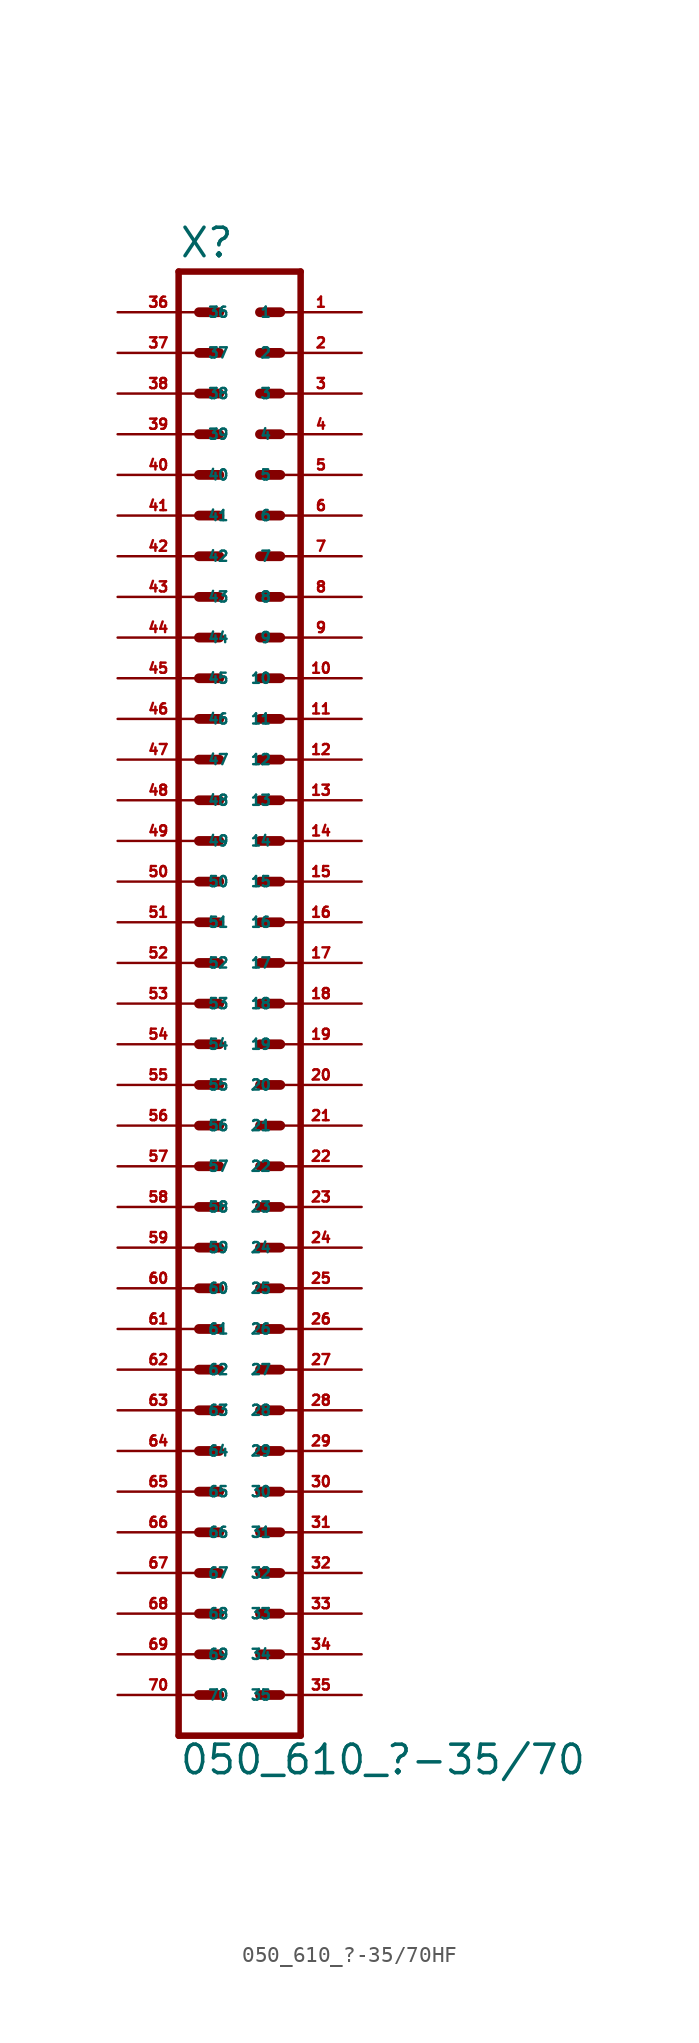
<source format=kicad_sym>
(kicad_symbol_lib
  (version 20220914)
  (generator Eagle2Kicad)
  (symbol "050_610_?-35/70HF"
    (property "Reference" "X"
      (at -3.81 43.942 0)
      (effects (font (size 1.778 1.778) (thickness 0.22)) (justify left bottom)))
    (property "Value" "050_610_?-35/70"
      (at -3.81 -50.8 0)
      (effects (font (size 1.778 1.778) (thickness 0.22)) (justify left bottom)))
    (polyline
      (pts (xy 3.81 -48.26) (xy -3.81 -48.26))
      (stroke (width 0.406) (type default))
      (fill (type none)))
    (polyline
      (pts (xy -3.81 43.18) (xy -3.81 -48.26))
      (stroke (width 0.406) (type default))
      (fill (type none)))
    (polyline
      (pts (xy 3.81 -48.26) (xy 3.81 43.18))
      (stroke (width 0.406) (type default))
      (fill (type none)))
    (polyline
      (pts (xy -3.81 43.18) (xy 3.81 43.18))
      (stroke (width 0.406) (type default))
      (fill (type none)))
    (polyline
      (pts (xy 1.27 40.64) (xy 2.54 40.64))
      (stroke (width 0.61) (type default))
      (fill (type none)))
    (polyline
      (pts (xy 1.27 38.1) (xy 2.54 38.1))
      (stroke (width 0.61) (type default))
      (fill (type none)))
    (polyline
      (pts (xy 1.27 35.56) (xy 2.54 35.56))
      (stroke (width 0.61) (type default))
      (fill (type none)))
    (polyline
      (pts (xy 1.27 33.02) (xy 2.54 33.02))
      (stroke (width 0.61) (type default))
      (fill (type none)))
    (polyline
      (pts (xy 1.27 30.48) (xy 2.54 30.48))
      (stroke (width 0.61) (type default))
      (fill (type none)))
    (polyline
      (pts (xy 1.27 27.94) (xy 2.54 27.94))
      (stroke (width 0.61) (type default))
      (fill (type none)))
    (polyline
      (pts (xy 1.27 25.4) (xy 2.54 25.4))
      (stroke (width 0.61) (type default))
      (fill (type none)))
    (polyline
      (pts (xy 1.27 22.86) (xy 2.54 22.86))
      (stroke (width 0.61) (type default))
      (fill (type none)))
    (polyline
      (pts (xy 1.27 20.32) (xy 2.54 20.32))
      (stroke (width 0.61) (type default))
      (fill (type none)))
    (polyline
      (pts (xy 1.27 17.78) (xy 2.54 17.78))
      (stroke (width 0.61) (type default))
      (fill (type none)))
    (polyline
      (pts (xy 1.27 15.24) (xy 2.54 15.24))
      (stroke (width 0.61) (type default))
      (fill (type none)))
    (polyline
      (pts (xy 1.27 12.7) (xy 2.54 12.7))
      (stroke (width 0.61) (type default))
      (fill (type none)))
    (polyline
      (pts (xy 1.27 10.16) (xy 2.54 10.16))
      (stroke (width 0.61) (type default))
      (fill (type none)))
    (polyline
      (pts (xy 1.27 7.62) (xy 2.54 7.62))
      (stroke (width 0.61) (type default))
      (fill (type none)))
    (polyline
      (pts (xy 1.27 5.08) (xy 2.54 5.08))
      (stroke (width 0.61) (type default))
      (fill (type none)))
    (polyline
      (pts (xy 1.27 2.54) (xy 2.54 2.54))
      (stroke (width 0.61) (type default))
      (fill (type none)))
    (polyline
      (pts (xy 1.27 0) (xy 2.54 0))
      (stroke (width 0.61) (type default))
      (fill (type none)))
    (polyline
      (pts (xy 1.27 -2.54) (xy 2.54 -2.54))
      (stroke (width 0.61) (type default))
      (fill (type none)))
    (polyline
      (pts (xy 1.27 -5.08) (xy 2.54 -5.08))
      (stroke (width 0.61) (type default))
      (fill (type none)))
    (polyline
      (pts (xy 1.27 -7.62) (xy 2.54 -7.62))
      (stroke (width 0.61) (type default))
      (fill (type none)))
    (polyline
      (pts (xy 1.27 -10.16) (xy 2.54 -10.16))
      (stroke (width 0.61) (type default))
      (fill (type none)))
    (polyline
      (pts (xy 1.27 -12.7) (xy 2.54 -12.7))
      (stroke (width 0.61) (type default))
      (fill (type none)))
    (polyline
      (pts (xy 1.27 -15.24) (xy 2.54 -15.24))
      (stroke (width 0.61) (type default))
      (fill (type none)))
    (polyline
      (pts (xy 1.27 -17.78) (xy 2.54 -17.78))
      (stroke (width 0.61) (type default))
      (fill (type none)))
    (polyline
      (pts (xy 1.27 -20.32) (xy 2.54 -20.32))
      (stroke (width 0.61) (type default))
      (fill (type none)))
    (polyline
      (pts (xy 1.27 -22.86) (xy 2.54 -22.86))
      (stroke (width 0.61) (type default))
      (fill (type none)))
    (polyline
      (pts (xy 1.27 -25.4) (xy 2.54 -25.4))
      (stroke (width 0.61) (type default))
      (fill (type none)))
    (polyline
      (pts (xy 1.27 -27.94) (xy 2.54 -27.94))
      (stroke (width 0.61) (type default))
      (fill (type none)))
    (polyline
      (pts (xy 1.27 -30.48) (xy 2.54 -30.48))
      (stroke (width 0.61) (type default))
      (fill (type none)))
    (polyline
      (pts (xy 1.27 -33.02) (xy 2.54 -33.02))
      (stroke (width 0.61) (type default))
      (fill (type none)))
    (polyline
      (pts (xy 1.27 -35.56) (xy 2.54 -35.56))
      (stroke (width 0.61) (type default))
      (fill (type none)))
    (polyline
      (pts (xy 1.27 -38.1) (xy 2.54 -38.1))
      (stroke (width 0.61) (type default))
      (fill (type none)))
    (polyline
      (pts (xy 1.27 -40.64) (xy 2.54 -40.64))
      (stroke (width 0.61) (type default))
      (fill (type none)))
    (polyline
      (pts (xy 1.27 -43.18) (xy 2.54 -43.18))
      (stroke (width 0.61) (type default))
      (fill (type none)))
    (polyline
      (pts (xy 1.27 -45.72) (xy 2.54 -45.72))
      (stroke (width 0.61) (type default))
      (fill (type none)))
    (polyline
      (pts (xy -1.27 40.64) (xy -2.54 40.64))
      (stroke (width 0.61) (type default))
      (fill (type none)))
    (polyline
      (pts (xy -1.27 38.1) (xy -2.54 38.1))
      (stroke (width 0.61) (type default))
      (fill (type none)))
    (polyline
      (pts (xy -1.27 35.56) (xy -2.54 35.56))
      (stroke (width 0.61) (type default))
      (fill (type none)))
    (polyline
      (pts (xy -1.27 33.02) (xy -2.54 33.02))
      (stroke (width 0.61) (type default))
      (fill (type none)))
    (polyline
      (pts (xy -1.27 30.48) (xy -2.54 30.48))
      (stroke (width 0.61) (type default))
      (fill (type none)))
    (polyline
      (pts (xy -1.27 27.94) (xy -2.54 27.94))
      (stroke (width 0.61) (type default))
      (fill (type none)))
    (polyline
      (pts (xy -1.27 25.4) (xy -2.54 25.4))
      (stroke (width 0.61) (type default))
      (fill (type none)))
    (polyline
      (pts (xy -1.27 22.86) (xy -2.54 22.86))
      (stroke (width 0.61) (type default))
      (fill (type none)))
    (polyline
      (pts (xy -1.27 20.32) (xy -2.54 20.32))
      (stroke (width 0.61) (type default))
      (fill (type none)))
    (polyline
      (pts (xy -1.27 17.78) (xy -2.54 17.78))
      (stroke (width 0.61) (type default))
      (fill (type none)))
    (polyline
      (pts (xy -1.27 15.24) (xy -2.54 15.24))
      (stroke (width 0.61) (type default))
      (fill (type none)))
    (polyline
      (pts (xy -1.27 12.7) (xy -2.54 12.7))
      (stroke (width 0.61) (type default))
      (fill (type none)))
    (polyline
      (pts (xy -1.27 10.16) (xy -2.54 10.16))
      (stroke (width 0.61) (type default))
      (fill (type none)))
    (polyline
      (pts (xy -1.27 7.62) (xy -2.54 7.62))
      (stroke (width 0.61) (type default))
      (fill (type none)))
    (polyline
      (pts (xy -1.27 5.08) (xy -2.54 5.08))
      (stroke (width 0.61) (type default))
      (fill (type none)))
    (polyline
      (pts (xy -1.27 2.54) (xy -2.54 2.54))
      (stroke (width 0.61) (type default))
      (fill (type none)))
    (polyline
      (pts (xy -1.27 0) (xy -2.54 0))
      (stroke (width 0.61) (type default))
      (fill (type none)))
    (polyline
      (pts (xy -1.27 -2.54) (xy -2.54 -2.54))
      (stroke (width 0.61) (type default))
      (fill (type none)))
    (polyline
      (pts (xy -1.27 -5.08) (xy -2.54 -5.08))
      (stroke (width 0.61) (type default))
      (fill (type none)))
    (polyline
      (pts (xy -1.27 -7.62) (xy -2.54 -7.62))
      (stroke (width 0.61) (type default))
      (fill (type none)))
    (polyline
      (pts (xy -1.27 -10.16) (xy -2.54 -10.16))
      (stroke (width 0.61) (type default))
      (fill (type none)))
    (polyline
      (pts (xy -1.27 -12.7) (xy -2.54 -12.7))
      (stroke (width 0.61) (type default))
      (fill (type none)))
    (polyline
      (pts (xy -1.27 -15.24) (xy -2.54 -15.24))
      (stroke (width 0.61) (type default))
      (fill (type none)))
    (polyline
      (pts (xy -1.27 -17.78) (xy -2.54 -17.78))
      (stroke (width 0.61) (type default))
      (fill (type none)))
    (polyline
      (pts (xy -1.27 -20.32) (xy -2.54 -20.32))
      (stroke (width 0.61) (type default))
      (fill (type none)))
    (polyline
      (pts (xy -1.27 -22.86) (xy -2.54 -22.86))
      (stroke (width 0.61) (type default))
      (fill (type none)))
    (polyline
      (pts (xy -1.27 -25.4) (xy -2.54 -25.4))
      (stroke (width 0.61) (type default))
      (fill (type none)))
    (polyline
      (pts (xy -1.27 -27.94) (xy -2.54 -27.94))
      (stroke (width 0.61) (type default))
      (fill (type none)))
    (polyline
      (pts (xy -1.27 -30.48) (xy -2.54 -30.48))
      (stroke (width 0.61) (type default))
      (fill (type none)))
    (polyline
      (pts (xy -1.27 -33.02) (xy -2.54 -33.02))
      (stroke (width 0.61) (type default))
      (fill (type none)))
    (polyline
      (pts (xy -1.27 -35.56) (xy -2.54 -35.56))
      (stroke (width 0.61) (type default))
      (fill (type none)))
    (polyline
      (pts (xy -1.27 -38.1) (xy -2.54 -38.1))
      (stroke (width 0.61) (type default))
      (fill (type none)))
    (polyline
      (pts (xy -1.27 -40.64) (xy -2.54 -40.64))
      (stroke (width 0.61) (type default))
      (fill (type none)))
    (polyline
      (pts (xy -1.27 -43.18) (xy -2.54 -43.18))
      (stroke (width 0.61) (type default))
      (fill (type none)))
    (polyline
      (pts (xy -1.27 -45.72) (xy -2.54 -45.72))
      (stroke (width 0.61) (type default))
      (fill (type none)))
    (pin passive line
      (at 7.62 40.64 180)
      (length 5.08)
      (name "1" (effects (font (size 0.635 0.635) (thickness 0.08)) (justify left bottom)))
      (number "1" (effects (font (size 0.635 0.635) (thickness 0.08)) (justify left bottom))))
    (pin passive line
      (at 7.62 38.1 180)
      (length 5.08)
      (name "2" (effects (font (size 0.635 0.635) (thickness 0.08)) (justify left bottom)))
      (number "2" (effects (font (size 0.635 0.635) (thickness 0.08)) (justify left bottom))))
    (pin passive line
      (at 7.62 35.56 180)
      (length 5.08)
      (name "3" (effects (font (size 0.635 0.635) (thickness 0.08)) (justify left bottom)))
      (number "3" (effects (font (size 0.635 0.635) (thickness 0.08)) (justify left bottom))))
    (pin passive line
      (at 7.62 33.02 180)
      (length 5.08)
      (name "4" (effects (font (size 0.635 0.635) (thickness 0.08)) (justify left bottom)))
      (number "4" (effects (font (size 0.635 0.635) (thickness 0.08)) (justify left bottom))))
    (pin passive line
      (at 7.62 30.48 180)
      (length 5.08)
      (name "5" (effects (font (size 0.635 0.635) (thickness 0.08)) (justify left bottom)))
      (number "5" (effects (font (size 0.635 0.635) (thickness 0.08)) (justify left bottom))))
    (pin passive line
      (at 7.62 27.94 180)
      (length 5.08)
      (name "6" (effects (font (size 0.635 0.635) (thickness 0.08)) (justify left bottom)))
      (number "6" (effects (font (size 0.635 0.635) (thickness 0.08)) (justify left bottom))))
    (pin passive line
      (at 7.62 25.4 180)
      (length 5.08)
      (name "7" (effects (font (size 0.635 0.635) (thickness 0.08)) (justify left bottom)))
      (number "7" (effects (font (size 0.635 0.635) (thickness 0.08)) (justify left bottom))))
    (pin passive line
      (at 7.62 22.86 180)
      (length 5.08)
      (name "8" (effects (font (size 0.635 0.635) (thickness 0.08)) (justify left bottom)))
      (number "8" (effects (font (size 0.635 0.635) (thickness 0.08)) (justify left bottom))))
    (pin passive line
      (at 7.62 20.32 180)
      (length 5.08)
      (name "9" (effects (font (size 0.635 0.635) (thickness 0.08)) (justify left bottom)))
      (number "9" (effects (font (size 0.635 0.635) (thickness 0.08)) (justify left bottom))))
    (pin passive line
      (at 7.62 17.78 180)
      (length 5.08)
      (name "10" (effects (font (size 0.635 0.635) (thickness 0.08)) (justify left bottom)))
      (number "10" (effects (font (size 0.635 0.635) (thickness 0.08)) (justify left bottom))))
    (pin passive line
      (at 7.62 15.24 180)
      (length 5.08)
      (name "11" (effects (font (size 0.635 0.635) (thickness 0.08)) (justify left bottom)))
      (number "11" (effects (font (size 0.635 0.635) (thickness 0.08)) (justify left bottom))))
    (pin passive line
      (at 7.62 12.7 180)
      (length 5.08)
      (name "12" (effects (font (size 0.635 0.635) (thickness 0.08)) (justify left bottom)))
      (number "12" (effects (font (size 0.635 0.635) (thickness 0.08)) (justify left bottom))))
    (pin passive line
      (at 7.62 10.16 180)
      (length 5.08)
      (name "13" (effects (font (size 0.635 0.635) (thickness 0.08)) (justify left bottom)))
      (number "13" (effects (font (size 0.635 0.635) (thickness 0.08)) (justify left bottom))))
    (pin passive line
      (at 7.62 7.62 180)
      (length 5.08)
      (name "14" (effects (font (size 0.635 0.635) (thickness 0.08)) (justify left bottom)))
      (number "14" (effects (font (size 0.635 0.635) (thickness 0.08)) (justify left bottom))))
    (pin passive line
      (at 7.62 5.08 180)
      (length 5.08)
      (name "15" (effects (font (size 0.635 0.635) (thickness 0.08)) (justify left bottom)))
      (number "15" (effects (font (size 0.635 0.635) (thickness 0.08)) (justify left bottom))))
    (pin passive line
      (at 7.62 2.54 180)
      (length 5.08)
      (name "16" (effects (font (size 0.635 0.635) (thickness 0.08)) (justify left bottom)))
      (number "16" (effects (font (size 0.635 0.635) (thickness 0.08)) (justify left bottom))))
    (pin passive line
      (at 7.62 0 180)
      (length 5.08)
      (name "17" (effects (font (size 0.635 0.635) (thickness 0.08)) (justify left bottom)))
      (number "17" (effects (font (size 0.635 0.635) (thickness 0.08)) (justify left bottom))))
    (pin passive line
      (at 7.62 -2.54 180)
      (length 5.08)
      (name "18" (effects (font (size 0.635 0.635) (thickness 0.08)) (justify left bottom)))
      (number "18" (effects (font (size 0.635 0.635) (thickness 0.08)) (justify left bottom))))
    (pin passive line
      (at 7.62 -5.08 180)
      (length 5.08)
      (name "19" (effects (font (size 0.635 0.635) (thickness 0.08)) (justify left bottom)))
      (number "19" (effects (font (size 0.635 0.635) (thickness 0.08)) (justify left bottom))))
    (pin passive line
      (at 7.62 -7.62 180)
      (length 5.08)
      (name "20" (effects (font (size 0.635 0.635) (thickness 0.08)) (justify left bottom)))
      (number "20" (effects (font (size 0.635 0.635) (thickness 0.08)) (justify left bottom))))
    (pin passive line
      (at 7.62 -10.16 180)
      (length 5.08)
      (name "21" (effects (font (size 0.635 0.635) (thickness 0.08)) (justify left bottom)))
      (number "21" (effects (font (size 0.635 0.635) (thickness 0.08)) (justify left bottom))))
    (pin passive line
      (at 7.62 -12.7 180)
      (length 5.08)
      (name "22" (effects (font (size 0.635 0.635) (thickness 0.08)) (justify left bottom)))
      (number "22" (effects (font (size 0.635 0.635) (thickness 0.08)) (justify left bottom))))
    (pin passive line
      (at 7.62 -15.24 180)
      (length 5.08)
      (name "23" (effects (font (size 0.635 0.635) (thickness 0.08)) (justify left bottom)))
      (number "23" (effects (font (size 0.635 0.635) (thickness 0.08)) (justify left bottom))))
    (pin passive line
      (at 7.62 -17.78 180)
      (length 5.08)
      (name "24" (effects (font (size 0.635 0.635) (thickness 0.08)) (justify left bottom)))
      (number "24" (effects (font (size 0.635 0.635) (thickness 0.08)) (justify left bottom))))
    (pin passive line
      (at 7.62 -20.32 180)
      (length 5.08)
      (name "25" (effects (font (size 0.635 0.635) (thickness 0.08)) (justify left bottom)))
      (number "25" (effects (font (size 0.635 0.635) (thickness 0.08)) (justify left bottom))))
    (pin passive line
      (at 7.62 -22.86 180)
      (length 5.08)
      (name "26" (effects (font (size 0.635 0.635) (thickness 0.08)) (justify left bottom)))
      (number "26" (effects (font (size 0.635 0.635) (thickness 0.08)) (justify left bottom))))
    (pin passive line
      (at 7.62 -25.4 180)
      (length 5.08)
      (name "27" (effects (font (size 0.635 0.635) (thickness 0.08)) (justify left bottom)))
      (number "27" (effects (font (size 0.635 0.635) (thickness 0.08)) (justify left bottom))))
    (pin passive line
      (at 7.62 -27.94 180)
      (length 5.08)
      (name "28" (effects (font (size 0.635 0.635) (thickness 0.08)) (justify left bottom)))
      (number "28" (effects (font (size 0.635 0.635) (thickness 0.08)) (justify left bottom))))
    (pin passive line
      (at 7.62 -30.48 180)
      (length 5.08)
      (name "29" (effects (font (size 0.635 0.635) (thickness 0.08)) (justify left bottom)))
      (number "29" (effects (font (size 0.635 0.635) (thickness 0.08)) (justify left bottom))))
    (pin passive line
      (at 7.62 -33.02 180)
      (length 5.08)
      (name "30" (effects (font (size 0.635 0.635) (thickness 0.08)) (justify left bottom)))
      (number "30" (effects (font (size 0.635 0.635) (thickness 0.08)) (justify left bottom))))
    (pin passive line
      (at 7.62 -35.56 180)
      (length 5.08)
      (name "31" (effects (font (size 0.635 0.635) (thickness 0.08)) (justify left bottom)))
      (number "31" (effects (font (size 0.635 0.635) (thickness 0.08)) (justify left bottom))))
    (pin passive line
      (at 7.62 -38.1 180)
      (length 5.08)
      (name "32" (effects (font (size 0.635 0.635) (thickness 0.08)) (justify left bottom)))
      (number "32" (effects (font (size 0.635 0.635) (thickness 0.08)) (justify left bottom))))
    (pin passive line
      (at 7.62 -40.64 180)
      (length 5.08)
      (name "33" (effects (font (size 0.635 0.635) (thickness 0.08)) (justify left bottom)))
      (number "33" (effects (font (size 0.635 0.635) (thickness 0.08)) (justify left bottom))))
    (pin passive line
      (at 7.62 -43.18 180)
      (length 5.08)
      (name "34" (effects (font (size 0.635 0.635) (thickness 0.08)) (justify left bottom)))
      (number "34" (effects (font (size 0.635 0.635) (thickness 0.08)) (justify left bottom))))
    (pin passive line
      (at 7.62 -45.72 180)
      (length 5.08)
      (name "35" (effects (font (size 0.635 0.635) (thickness 0.08)) (justify left bottom)))
      (number "35" (effects (font (size 0.635 0.635) (thickness 0.08)) (justify left bottom))))
    (pin passive line
      (at -7.62 40.64 0)
      (length 5.08)
      (name "36" (effects (font (size 0.635 0.635) (thickness 0.08)) (justify left bottom)))
      (number "36" (effects (font (size 0.635 0.635) (thickness 0.08)) (justify left bottom))))
    (pin passive line
      (at -7.62 38.1 0)
      (length 5.08)
      (name "37" (effects (font (size 0.635 0.635) (thickness 0.08)) (justify left bottom)))
      (number "37" (effects (font (size 0.635 0.635) (thickness 0.08)) (justify left bottom))))
    (pin passive line
      (at -7.62 35.56 0)
      (length 5.08)
      (name "38" (effects (font (size 0.635 0.635) (thickness 0.08)) (justify left bottom)))
      (number "38" (effects (font (size 0.635 0.635) (thickness 0.08)) (justify left bottom))))
    (pin passive line
      (at -7.62 33.02 0)
      (length 5.08)
      (name "39" (effects (font (size 0.635 0.635) (thickness 0.08)) (justify left bottom)))
      (number "39" (effects (font (size 0.635 0.635) (thickness 0.08)) (justify left bottom))))
    (pin passive line
      (at -7.62 30.48 0)
      (length 5.08)
      (name "40" (effects (font (size 0.635 0.635) (thickness 0.08)) (justify left bottom)))
      (number "40" (effects (font (size 0.635 0.635) (thickness 0.08)) (justify left bottom))))
    (pin passive line
      (at -7.62 27.94 0)
      (length 5.08)
      (name "41" (effects (font (size 0.635 0.635) (thickness 0.08)) (justify left bottom)))
      (number "41" (effects (font (size 0.635 0.635) (thickness 0.08)) (justify left bottom))))
    (pin passive line
      (at -7.62 25.4 0)
      (length 5.08)
      (name "42" (effects (font (size 0.635 0.635) (thickness 0.08)) (justify left bottom)))
      (number "42" (effects (font (size 0.635 0.635) (thickness 0.08)) (justify left bottom))))
    (pin passive line
      (at -7.62 22.86 0)
      (length 5.08)
      (name "43" (effects (font (size 0.635 0.635) (thickness 0.08)) (justify left bottom)))
      (number "43" (effects (font (size 0.635 0.635) (thickness 0.08)) (justify left bottom))))
    (pin passive line
      (at -7.62 20.32 0)
      (length 5.08)
      (name "44" (effects (font (size 0.635 0.635) (thickness 0.08)) (justify left bottom)))
      (number "44" (effects (font (size 0.635 0.635) (thickness 0.08)) (justify left bottom))))
    (pin passive line
      (at -7.62 17.78 0)
      (length 5.08)
      (name "45" (effects (font (size 0.635 0.635) (thickness 0.08)) (justify left bottom)))
      (number "45" (effects (font (size 0.635 0.635) (thickness 0.08)) (justify left bottom))))
    (pin passive line
      (at -7.62 15.24 0)
      (length 5.08)
      (name "46" (effects (font (size 0.635 0.635) (thickness 0.08)) (justify left bottom)))
      (number "46" (effects (font (size 0.635 0.635) (thickness 0.08)) (justify left bottom))))
    (pin passive line
      (at -7.62 12.7 0)
      (length 5.08)
      (name "47" (effects (font (size 0.635 0.635) (thickness 0.08)) (justify left bottom)))
      (number "47" (effects (font (size 0.635 0.635) (thickness 0.08)) (justify left bottom))))
    (pin passive line
      (at -7.62 10.16 0)
      (length 5.08)
      (name "48" (effects (font (size 0.635 0.635) (thickness 0.08)) (justify left bottom)))
      (number "48" (effects (font (size 0.635 0.635) (thickness 0.08)) (justify left bottom))))
    (pin passive line
      (at -7.62 7.62 0)
      (length 5.08)
      (name "49" (effects (font (size 0.635 0.635) (thickness 0.08)) (justify left bottom)))
      (number "49" (effects (font (size 0.635 0.635) (thickness 0.08)) (justify left bottom))))
    (pin passive line
      (at -7.62 5.08 0)
      (length 5.08)
      (name "50" (effects (font (size 0.635 0.635) (thickness 0.08)) (justify left bottom)))
      (number "50" (effects (font (size 0.635 0.635) (thickness 0.08)) (justify left bottom))))
    (pin passive line
      (at -7.62 2.54 0)
      (length 5.08)
      (name "51" (effects (font (size 0.635 0.635) (thickness 0.08)) (justify left bottom)))
      (number "51" (effects (font (size 0.635 0.635) (thickness 0.08)) (justify left bottom))))
    (pin passive line
      (at -7.62 0 0)
      (length 5.08)
      (name "52" (effects (font (size 0.635 0.635) (thickness 0.08)) (justify left bottom)))
      (number "52" (effects (font (size 0.635 0.635) (thickness 0.08)) (justify left bottom))))
    (pin passive line
      (at -7.62 -2.54 0)
      (length 5.08)
      (name "53" (effects (font (size 0.635 0.635) (thickness 0.08)) (justify left bottom)))
      (number "53" (effects (font (size 0.635 0.635) (thickness 0.08)) (justify left bottom))))
    (pin passive line
      (at -7.62 -5.08 0)
      (length 5.08)
      (name "54" (effects (font (size 0.635 0.635) (thickness 0.08)) (justify left bottom)))
      (number "54" (effects (font (size 0.635 0.635) (thickness 0.08)) (justify left bottom))))
    (pin passive line
      (at -7.62 -7.62 0)
      (length 5.08)
      (name "55" (effects (font (size 0.635 0.635) (thickness 0.08)) (justify left bottom)))
      (number "55" (effects (font (size 0.635 0.635) (thickness 0.08)) (justify left bottom))))
    (pin passive line
      (at -7.62 -10.16 0)
      (length 5.08)
      (name "56" (effects (font (size 0.635 0.635) (thickness 0.08)) (justify left bottom)))
      (number "56" (effects (font (size 0.635 0.635) (thickness 0.08)) (justify left bottom))))
    (pin passive line
      (at -7.62 -12.7 0)
      (length 5.08)
      (name "57" (effects (font (size 0.635 0.635) (thickness 0.08)) (justify left bottom)))
      (number "57" (effects (font (size 0.635 0.635) (thickness 0.08)) (justify left bottom))))
    (pin passive line
      (at -7.62 -15.24 0)
      (length 5.08)
      (name "58" (effects (font (size 0.635 0.635) (thickness 0.08)) (justify left bottom)))
      (number "58" (effects (font (size 0.635 0.635) (thickness 0.08)) (justify left bottom))))
    (pin passive line
      (at -7.62 -17.78 0)
      (length 5.08)
      (name "59" (effects (font (size 0.635 0.635) (thickness 0.08)) (justify left bottom)))
      (number "59" (effects (font (size 0.635 0.635) (thickness 0.08)) (justify left bottom))))
    (pin passive line
      (at -7.62 -20.32 0)
      (length 5.08)
      (name "60" (effects (font (size 0.635 0.635) (thickness 0.08)) (justify left bottom)))
      (number "60" (effects (font (size 0.635 0.635) (thickness 0.08)) (justify left bottom))))
    (pin passive line
      (at -7.62 -22.86 0)
      (length 5.08)
      (name "61" (effects (font (size 0.635 0.635) (thickness 0.08)) (justify left bottom)))
      (number "61" (effects (font (size 0.635 0.635) (thickness 0.08)) (justify left bottom))))
    (pin passive line
      (at -7.62 -25.4 0)
      (length 5.08)
      (name "62" (effects (font (size 0.635 0.635) (thickness 0.08)) (justify left bottom)))
      (number "62" (effects (font (size 0.635 0.635) (thickness 0.08)) (justify left bottom))))
    (pin passive line
      (at -7.62 -27.94 0)
      (length 5.08)
      (name "63" (effects (font (size 0.635 0.635) (thickness 0.08)) (justify left bottom)))
      (number "63" (effects (font (size 0.635 0.635) (thickness 0.08)) (justify left bottom))))
    (pin passive line
      (at -7.62 -30.48 0)
      (length 5.08)
      (name "64" (effects (font (size 0.635 0.635) (thickness 0.08)) (justify left bottom)))
      (number "64" (effects (font (size 0.635 0.635) (thickness 0.08)) (justify left bottom))))
    (pin passive line
      (at -7.62 -33.02 0)
      (length 5.08)
      (name "65" (effects (font (size 0.635 0.635) (thickness 0.08)) (justify left bottom)))
      (number "65" (effects (font (size 0.635 0.635) (thickness 0.08)) (justify left bottom))))
    (pin passive line
      (at -7.62 -35.56 0)
      (length 5.08)
      (name "66" (effects (font (size 0.635 0.635) (thickness 0.08)) (justify left bottom)))
      (number "66" (effects (font (size 0.635 0.635) (thickness 0.08)) (justify left bottom))))
    (pin passive line
      (at -7.62 -38.1 0)
      (length 5.08)
      (name "67" (effects (font (size 0.635 0.635) (thickness 0.08)) (justify left bottom)))
      (number "67" (effects (font (size 0.635 0.635) (thickness 0.08)) (justify left bottom))))
    (pin passive line
      (at -7.62 -40.64 0)
      (length 5.08)
      (name "68" (effects (font (size 0.635 0.635) (thickness 0.08)) (justify left bottom)))
      (number "68" (effects (font (size 0.635 0.635) (thickness 0.08)) (justify left bottom))))
    (pin passive line
      (at -7.62 -43.18 0)
      (length 5.08)
      (name "69" (effects (font (size 0.635 0.635) (thickness 0.08)) (justify left bottom)))
      (number "69" (effects (font (size 0.635 0.635) (thickness 0.08)) (justify left bottom))))
    (pin passive line
      (at -7.62 -45.72 0)
      (length 5.08)
      (name "70" (effects (font (size 0.635 0.635) (thickness 0.08)) (justify left bottom)))
      (number "70" (effects (font (size 0.635 0.635) (thickness 0.08)) (justify left bottom))))))
</source>
